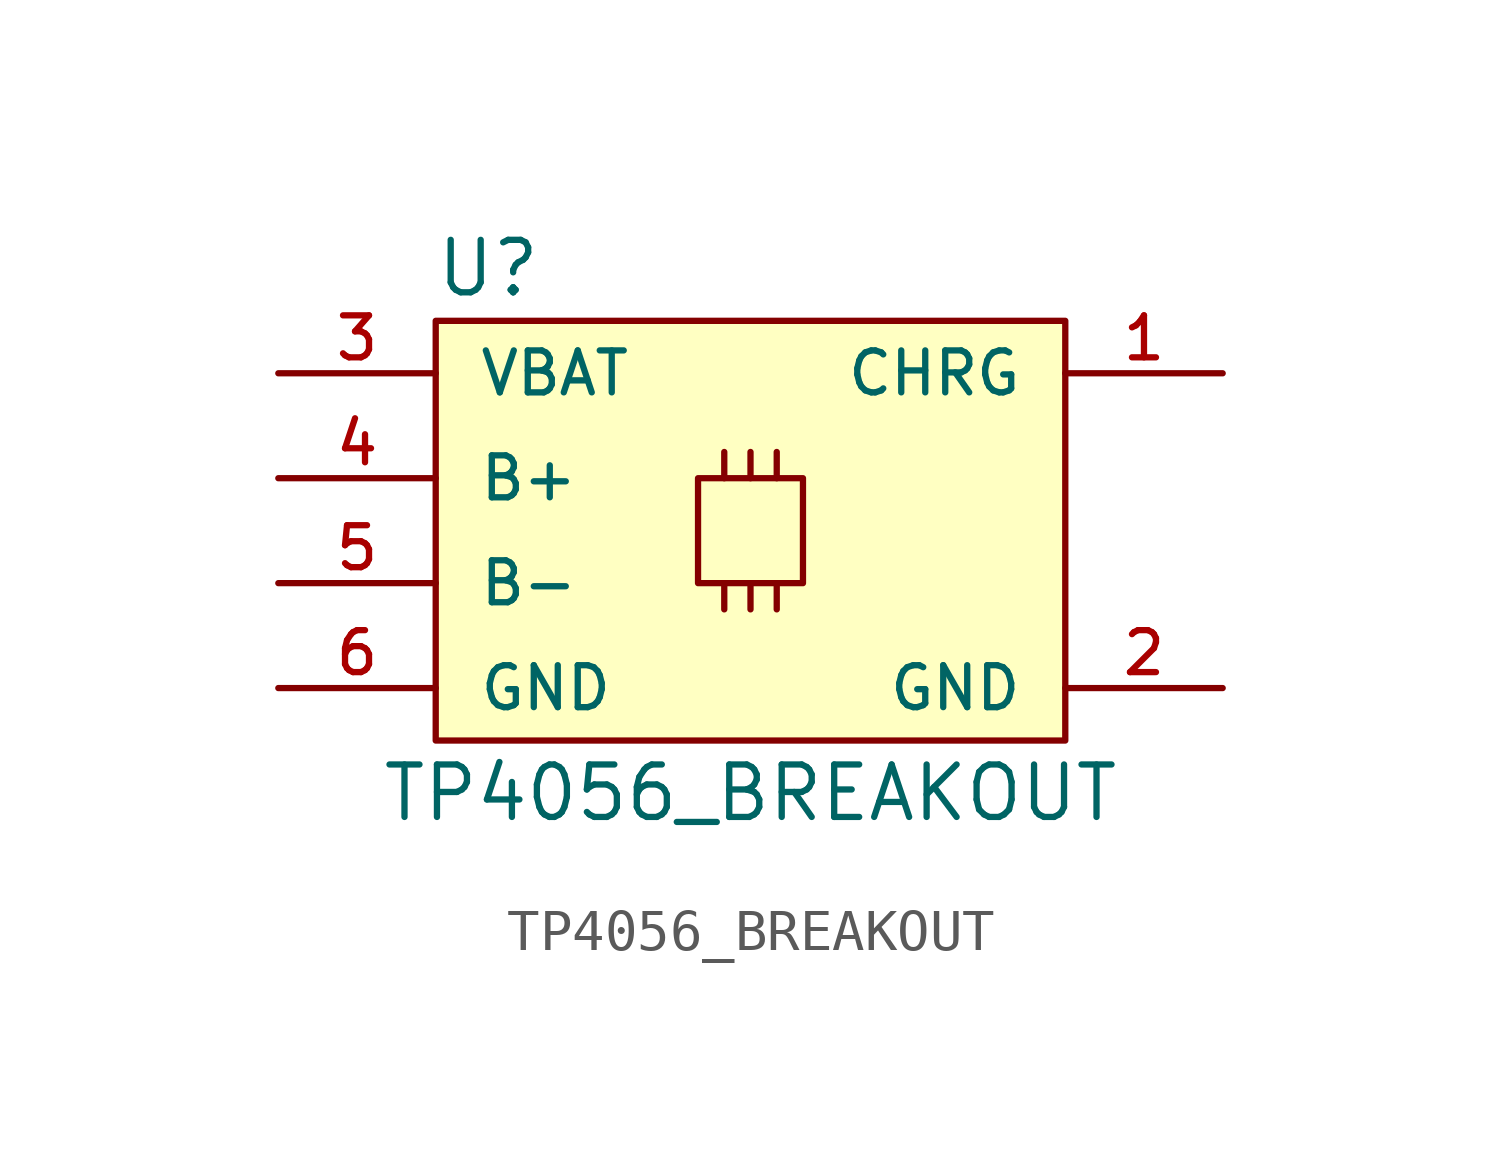
<source format=kicad_sym>
(kicad_symbol_lib
  (version 20211014)
  (generator kicad_symbol_editor)
  (symbol "TP4056_BREAKOUT"
    (pin_names
      (offset 1.016))
    (property "Reference" "U"
      (at -6.35 6.35 0)
      (effects (font (size 1.27 1.27))))
    (property "Value" "TP4056_BREAKOUT"
      (at 0 -6.35 0)
      (effects (font (size 1.27 1.27))))
    (symbol "TP4056_BREAKOUT_0_1"
      (rectangle (start -1.27 1.27) (end 1.27 -1.27) (stroke (width 0) (type default) (color 0 0 0 0)) (fill (type none)))
      (rectangle (start -0.635 -1.27) (end -0.635 -1.905) (stroke (width 0) (type default) (color 0 0 0 0)) (fill (type none)))
      (rectangle (start -0.635 1.27) (end -0.635 1.905) (stroke (width 0) (type default) (color 0 0 0 0)) (fill (type none)))
      (rectangle (start 0 -1.27) (end 0 -1.905) (stroke (width 0) (type default) (color 0 0 0 0)) (fill (type none)))
      (rectangle (start 0 1.27) (end 0 1.905) (stroke (width 0) (type default) (color 0 0 0 0)) (fill (type none)))
      (rectangle (start 0.635 -1.27) (end 0.635 -1.905) (stroke (width 0) (type default) (color 0 0 0 0)) (fill (type none)))
      (rectangle (start 0.635 1.27) (end 0.635 1.905) (stroke (width 0) (type default) (color 0 0 0 0)) (fill (type none)))
      (rectangle (start 7.62 5.08) (end -7.62 -5.08) (stroke (width 0) (type default) (color 0 0 0 0)) (fill (type background))))
    (symbol "TP4056_BREAKOUT_1_1"
      (pin power_in line (at 11.43 3.81 180) (length 3.81) (name "CHRG" (effects (font (size 1.016 1.016)))) (number "1" (effects (font (size 1.016 1.016)))))
      (pin power_in line (at 11.43 -3.81 180) (length 3.81) (name "GND" (effects (font (size 1.016 1.016)))) (number "2" (effects (font (size 1.016 1.016)))))
      (pin power_out line (at -11.43 3.81 0) (length 3.81) (name "VBAT" (effects (font (size 1.016 1.016)))) (number "3" (effects (font (size 1.016 1.016)))))
      (pin power_in line (at -11.43 1.27 0) (length 3.81) (name "B+" (effects (font (size 1.016 1.016)))) (number "4" (effects (font (size 1.016 1.016)))))
      (pin power_in line (at -11.43 -1.27 0) (length 3.81) (name "B-" (effects (font (size 1.016 1.016)))) (number "5" (effects (font (size 1.016 1.016)))))
      (pin power_out line (at -11.43 -3.81 0) (length 3.81) (name "GND" (effects (font (size 1.016 1.016)))) (number "6" (effects (font (size 1.016 1.016))))))))
</source>
